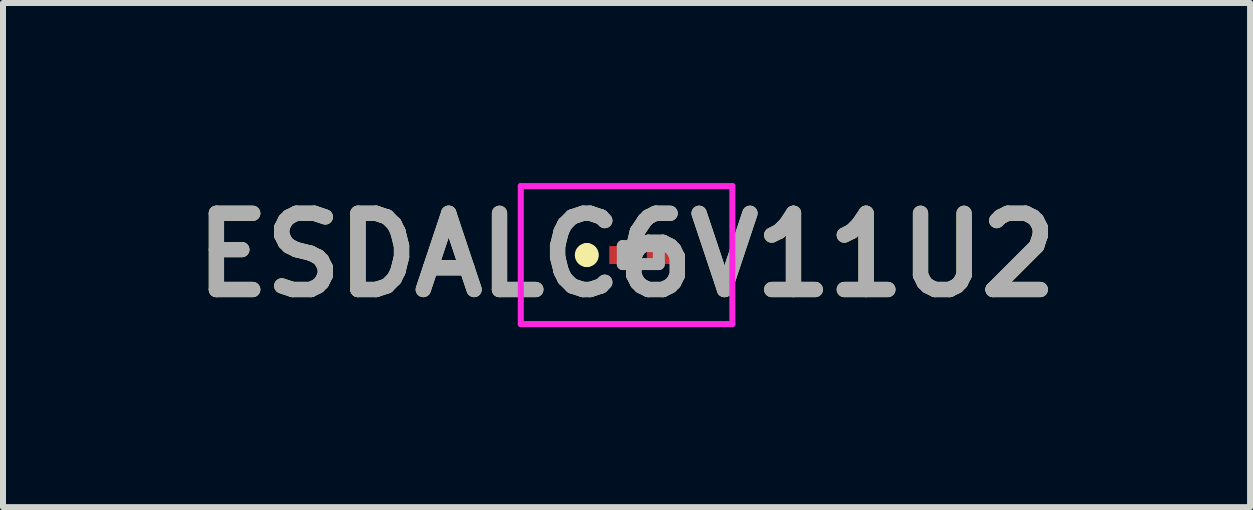
<source format=kicad_pcb>
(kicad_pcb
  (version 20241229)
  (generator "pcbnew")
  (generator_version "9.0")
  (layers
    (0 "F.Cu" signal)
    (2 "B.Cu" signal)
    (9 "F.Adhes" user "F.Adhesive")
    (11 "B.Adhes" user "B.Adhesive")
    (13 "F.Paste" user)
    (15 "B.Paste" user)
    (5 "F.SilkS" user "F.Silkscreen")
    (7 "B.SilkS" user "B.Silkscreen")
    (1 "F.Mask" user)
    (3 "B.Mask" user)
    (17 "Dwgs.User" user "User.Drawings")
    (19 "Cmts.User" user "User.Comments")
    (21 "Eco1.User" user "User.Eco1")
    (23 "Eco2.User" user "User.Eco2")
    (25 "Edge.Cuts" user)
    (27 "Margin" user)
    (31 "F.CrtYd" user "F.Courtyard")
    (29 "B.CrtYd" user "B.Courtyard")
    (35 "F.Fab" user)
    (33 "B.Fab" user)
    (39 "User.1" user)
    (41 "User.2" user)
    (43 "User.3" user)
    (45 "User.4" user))
  (footprint "ESDALC6V11U2"
    (layer "F.Cu")
    (at 7.284 1.2)
    (property "Reference" "ESDALC6V11U2" (at 0.106 0 0) (layer "F.SilkS") (effects (font (size 1.27 1.27) (thickness 0.254))))
    (attr smd)
    (fp_line (start -0.556 -0.1) (end -0.556 -0.1) (stroke (width 0.2) (type solid)) (layer "F.SilkS"))
    (fp_line (start -0.556 0.1) (end -0.556 0.1) (stroke (width 0.2) (type solid)) (layer "F.SilkS"))
    (fp_arc (start -0.556 -0.1) (mid -0.456 0) (end -0.556 0.1) (stroke (width 0.2) (type solid)) (layer "F.SilkS"))
    (fp_arc (start -0.556 0.1) (mid -0.656 0) (end -0.556 -0.1) (stroke (width 0.2) (type solid)) (layer "F.SilkS"))
    (fp_line (start -1.656 -1.15) (end 1.869 -1.15) (stroke (width 0.1) (type solid)) (layer "F.CrtYd"))
    (fp_line (start -1.656 1.15) (end -1.656 -1.15) (stroke (width 0.1) (type solid)) (layer "F.CrtYd"))
    (fp_line (start 1.869 -1.15) (end 1.869 1.15) (stroke (width 0.1) (type solid)) (layer "F.CrtYd"))
    (fp_line (start 1.869 1.15) (end -1.656 1.15) (stroke (width 0.1) (type solid)) (layer "F.CrtYd"))
    (fp_line (start 0.044 -0.15) (end 0.644 -0.15) (stroke (width 0.2) (type solid)) (layer "F.Fab"))
    (fp_line (start 0.044 0.15) (end 0.044 -0.15) (stroke (width 0.2) (type solid)) (layer "F.Fab"))
    (fp_line (start 0.644 -0.15) (end 0.644 0.15) (stroke (width 0.2) (type solid)) (layer "F.Fab"))
    (fp_line (start 0.644 0.15) (end 0.044 0.15) (stroke (width 0.2) (type solid)) (layer "F.Fab"))
    (fp_text user "${REFERENCE}" (at 0.106 0 0) (layer "F.Fab") (effects (font (size 1.27 1.27) (thickness 0.254))))
    (pad "1" smd rect (at 0.031 0 90) (size 0.3 0.425) (layers "F.Cu" "F.Mask" "F.Paste"))
    (pad "2" smd rect (at 0.656 0 90) (size 0.3 0.425) (layers "F.Cu" "F.Mask" "F.Paste")))
  (gr_rect
    (start -3 -3)
    (end 17.78 5.4)
    (stroke (width 0.1) (type default))
    (fill no)
    (layer "Edge.Cuts")))
</source>
